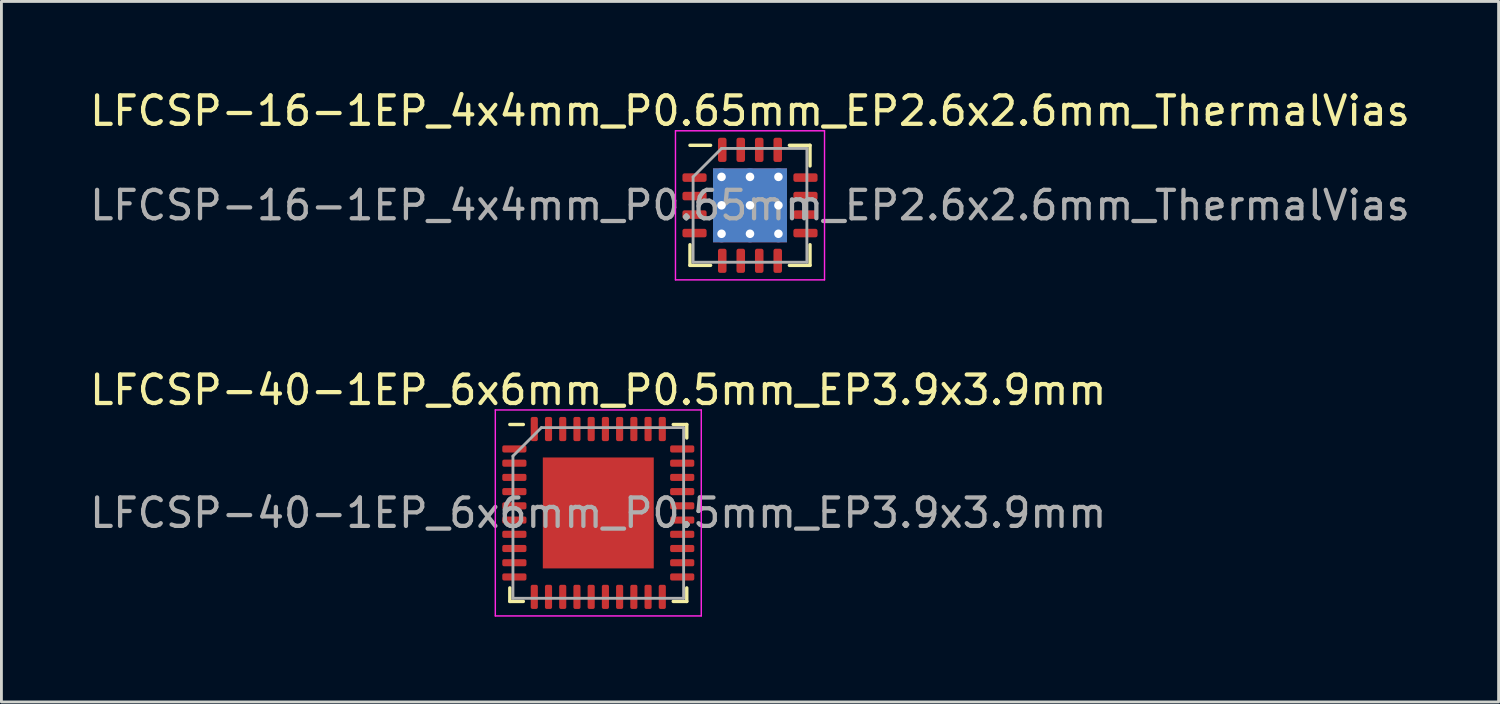
<source format=kicad_pcb>
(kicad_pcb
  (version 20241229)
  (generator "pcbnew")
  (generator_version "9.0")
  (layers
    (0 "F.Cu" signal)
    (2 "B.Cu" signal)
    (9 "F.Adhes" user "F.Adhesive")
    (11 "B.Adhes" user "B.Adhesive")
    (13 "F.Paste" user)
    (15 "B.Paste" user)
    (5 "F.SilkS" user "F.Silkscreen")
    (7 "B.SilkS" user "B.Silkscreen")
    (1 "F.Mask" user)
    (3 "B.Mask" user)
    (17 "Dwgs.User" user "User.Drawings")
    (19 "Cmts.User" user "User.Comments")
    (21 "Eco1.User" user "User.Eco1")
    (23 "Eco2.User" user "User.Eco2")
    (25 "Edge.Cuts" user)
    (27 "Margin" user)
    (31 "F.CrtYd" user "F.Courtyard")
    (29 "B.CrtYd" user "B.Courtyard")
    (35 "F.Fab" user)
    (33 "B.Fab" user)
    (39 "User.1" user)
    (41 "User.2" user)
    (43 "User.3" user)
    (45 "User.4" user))
  (footprint "LFCSP-40-1EP_6x6mm_P0.5mm_EP3.9x3.9mm"
    (layer "F.Cu")
    (at 17.982 14.982)
    (property "Reference" "LFCSP-40-1EP_6x6mm_P0.5mm_EP3.9x3.9mm" (at 0 -4.32 0) (layer "F.SilkS") (effects (font (size 1 1) (thickness 0.15))))
    (attr smd)
    (fp_line (start -3.11 3.11) (end -3.11 2.635) (stroke (width 0.12) (type solid)) (layer "F.SilkS"))
    (fp_line (start -2.635 -3.11) (end -3.11 -3.11) (stroke (width 0.12) (type solid)) (layer "F.SilkS"))
    (fp_line (start -2.635 3.11) (end -3.11 3.11) (stroke (width 0.12) (type solid)) (layer "F.SilkS"))
    (fp_line (start 2.635 -3.11) (end 3.11 -3.11) (stroke (width 0.12) (type solid)) (layer "F.SilkS"))
    (fp_line (start 2.635 3.11) (end 3.11 3.11) (stroke (width 0.12) (type solid)) (layer "F.SilkS"))
    (fp_line (start 3.11 -3.11) (end 3.11 -2.635) (stroke (width 0.12) (type solid)) (layer "F.SilkS"))
    (fp_line (start 3.11 3.11) (end 3.11 2.635) (stroke (width 0.12) (type solid)) (layer "F.SilkS"))
    (fp_line (start -3.62 -3.62) (end -3.62 3.62) (stroke (width 0.05) (type solid)) (layer "F.CrtYd"))
    (fp_line (start -3.62 3.62) (end 3.62 3.62) (stroke (width 0.05) (type solid)) (layer "F.CrtYd"))
    (fp_line (start 3.62 -3.62) (end -3.62 -3.62) (stroke (width 0.05) (type solid)) (layer "F.CrtYd"))
    (fp_line (start 3.62 3.62) (end 3.62 -3.62) (stroke (width 0.05) (type solid)) (layer "F.CrtYd"))
    (fp_line (start -3 -2) (end -2 -3) (stroke (width 0.1) (type solid)) (layer "F.Fab"))
    (fp_line (start -3 3) (end -3 -2) (stroke (width 0.1) (type solid)) (layer "F.Fab"))
    (fp_line (start -2 -3) (end 3 -3) (stroke (width 0.1) (type solid)) (layer "F.Fab"))
    (fp_line (start 3 -3) (end 3 3) (stroke (width 0.1) (type solid)) (layer "F.Fab"))
    (fp_line (start 3 3) (end -3 3) (stroke (width 0.1) (type solid)) (layer "F.Fab"))
    (fp_text user "${REFERENCE}" (at 0 0 0) (layer "F.Fab") (effects (font (size 1 1) (thickness 0.15))))
    (pad "" smd roundrect (at -0.975 -0.975) (size 1.57 1.57) (layers "F.Paste") (roundrect_rratio 0.159))
    (pad "" smd roundrect (at -0.975 0.975) (size 1.57 1.57) (layers "F.Paste") (roundrect_rratio 0.159))
    (pad "" smd roundrect (at 0.975 -0.975) (size 1.57 1.57) (layers "F.Paste") (roundrect_rratio 0.159))
    (pad "" smd roundrect (at 0.975 0.975) (size 1.57 1.57) (layers "F.Paste") (roundrect_rratio 0.159))
    (pad "1" smd roundrect (at -2.95 -2.25) (size 0.85 0.25) (layers "F.Cu" "F.Mask" "F.Paste") (roundrect_rratio 0.25))
    (pad "2" smd roundrect (at -2.95 -1.75) (size 0.85 0.25) (layers "F.Cu" "F.Mask" "F.Paste") (roundrect_rratio 0.25))
    (pad "3" smd roundrect (at -2.95 -1.25) (size 0.85 0.25) (layers "F.Cu" "F.Mask" "F.Paste") (roundrect_rratio 0.25))
    (pad "4" smd roundrect (at -2.95 -0.75) (size 0.85 0.25) (layers "F.Cu" "F.Mask" "F.Paste") (roundrect_rratio 0.25))
    (pad "5" smd roundrect (at -2.95 -0.25) (size 0.85 0.25) (layers "F.Cu" "F.Mask" "F.Paste") (roundrect_rratio 0.25))
    (pad "6" smd roundrect (at -2.95 0.25) (size 0.85 0.25) (layers "F.Cu" "F.Mask" "F.Paste") (roundrect_rratio 0.25))
    (pad "7" smd roundrect (at -2.95 0.75) (size 0.85 0.25) (layers "F.Cu" "F.Mask" "F.Paste") (roundrect_rratio 0.25))
    (pad "8" smd roundrect (at -2.95 1.25) (size 0.85 0.25) (layers "F.Cu" "F.Mask" "F.Paste") (roundrect_rratio 0.25))
    (pad "9" smd roundrect (at -2.95 1.75) (size 0.85 0.25) (layers "F.Cu" "F.Mask" "F.Paste") (roundrect_rratio 0.25))
    (pad "10" smd roundrect (at -2.95 2.25) (size 0.85 0.25) (layers "F.Cu" "F.Mask" "F.Paste") (roundrect_rratio 0.25))
    (pad "11" smd roundrect (at -2.25 2.95) (size 0.25 0.85) (layers "F.Cu" "F.Mask" "F.Paste") (roundrect_rratio 0.25))
    (pad "12" smd roundrect (at -1.75 2.95) (size 0.25 0.85) (layers "F.Cu" "F.Mask" "F.Paste") (roundrect_rratio 0.25))
    (pad "13" smd roundrect (at -1.25 2.95) (size 0.25 0.85) (layers "F.Cu" "F.Mask" "F.Paste") (roundrect_rratio 0.25))
    (pad "14" smd roundrect (at -0.75 2.95) (size 0.25 0.85) (layers "F.Cu" "F.Mask" "F.Paste") (roundrect_rratio 0.25))
    (pad "15" smd roundrect (at -0.25 2.95) (size 0.25 0.85) (layers "F.Cu" "F.Mask" "F.Paste") (roundrect_rratio 0.25))
    (pad "16" smd roundrect (at 0.25 2.95) (size 0.25 0.85) (layers "F.Cu" "F.Mask" "F.Paste") (roundrect_rratio 0.25))
    (pad "17" smd roundrect (at 0.75 2.95) (size 0.25 0.85) (layers "F.Cu" "F.Mask" "F.Paste") (roundrect_rratio 0.25))
    (pad "18" smd roundrect (at 1.25 2.95) (size 0.25 0.85) (layers "F.Cu" "F.Mask" "F.Paste") (roundrect_rratio 0.25))
    (pad "19" smd roundrect (at 1.75 2.95) (size 0.25 0.85) (layers "F.Cu" "F.Mask" "F.Paste") (roundrect_rratio 0.25))
    (pad "20" smd roundrect (at 2.25 2.95) (size 0.25 0.85) (layers "F.Cu" "F.Mask" "F.Paste") (roundrect_rratio 0.25))
    (pad "21" smd roundrect (at 2.95 2.25) (size 0.85 0.25) (layers "F.Cu" "F.Mask" "F.Paste") (roundrect_rratio 0.25))
    (pad "22" smd roundrect (at 2.95 1.75) (size 0.85 0.25) (layers "F.Cu" "F.Mask" "F.Paste") (roundrect_rratio 0.25))
    (pad "23" smd roundrect (at 2.95 1.25) (size 0.85 0.25) (layers "F.Cu" "F.Mask" "F.Paste") (roundrect_rratio 0.25))
    (pad "24" smd roundrect (at 2.95 0.75) (size 0.85 0.25) (layers "F.Cu" "F.Mask" "F.Paste") (roundrect_rratio 0.25))
    (pad "25" smd roundrect (at 2.95 0.25) (size 0.85 0.25) (layers "F.Cu" "F.Mask" "F.Paste") (roundrect_rratio 0.25))
    (pad "26" smd roundrect (at 2.95 -0.25) (size 0.85 0.25) (layers "F.Cu" "F.Mask" "F.Paste") (roundrect_rratio 0.25))
    (pad "27" smd roundrect (at 2.95 -0.75) (size 0.85 0.25) (layers "F.Cu" "F.Mask" "F.Paste") (roundrect_rratio 0.25))
    (pad "28" smd roundrect (at 2.95 -1.25) (size 0.85 0.25) (layers "F.Cu" "F.Mask" "F.Paste") (roundrect_rratio 0.25))
    (pad "29" smd roundrect (at 2.95 -1.75) (size 0.85 0.25) (layers "F.Cu" "F.Mask" "F.Paste") (roundrect_rratio 0.25))
    (pad "30" smd roundrect (at 2.95 -2.25) (size 0.85 0.25) (layers "F.Cu" "F.Mask" "F.Paste") (roundrect_rratio 0.25))
    (pad "31" smd roundrect (at 2.25 -2.95) (size 0.25 0.85) (layers "F.Cu" "F.Mask" "F.Paste") (roundrect_rratio 0.25))
    (pad "32" smd roundrect (at 1.75 -2.95) (size 0.25 0.85) (layers "F.Cu" "F.Mask" "F.Paste") (roundrect_rratio 0.25))
    (pad "33" smd roundrect (at 1.25 -2.95) (size 0.25 0.85) (layers "F.Cu" "F.Mask" "F.Paste") (roundrect_rratio 0.25))
    (pad "34" smd roundrect (at 0.75 -2.95) (size 0.25 0.85) (layers "F.Cu" "F.Mask" "F.Paste") (roundrect_rratio 0.25))
    (pad "35" smd roundrect (at 0.25 -2.95) (size 0.25 0.85) (layers "F.Cu" "F.Mask" "F.Paste") (roundrect_rratio 0.25))
    (pad "36" smd roundrect (at -0.25 -2.95) (size 0.25 0.85) (layers "F.Cu" "F.Mask" "F.Paste") (roundrect_rratio 0.25))
    (pad "37" smd roundrect (at -0.75 -2.95) (size 0.25 0.85) (layers "F.Cu" "F.Mask" "F.Paste") (roundrect_rratio 0.25))
    (pad "38" smd roundrect (at -1.25 -2.95) (size 0.25 0.85) (layers "F.Cu" "F.Mask" "F.Paste") (roundrect_rratio 0.25))
    (pad "39" smd roundrect (at -1.75 -2.95) (size 0.25 0.85) (layers "F.Cu" "F.Mask" "F.Paste") (roundrect_rratio 0.25))
    (pad "40" smd roundrect (at -2.25 -2.95) (size 0.25 0.85) (layers "F.Cu" "F.Mask" "F.Paste") (roundrect_rratio 0.25))
    (pad "41" smd rect (at 0 0) (size 3.9 3.9) (layers "F.Cu" "F.Mask")))
  (footprint "LFCSP-16-1EP_4x4mm_P0.65mm_EP2.6x2.6mm_ThermalVias"
    (layer "F.Cu")
    (at 23.315 4.168)
    (property "Reference" "LFCSP-16-1EP_4x4mm_P0.65mm_EP2.6x2.6mm_ThermalVias" (at 0 -3.32 0) (layer "F.SilkS") (effects (font (size 1 1) (thickness 0.15))))
    (attr smd)
    (fp_line (start -2.11 2.11) (end -2.11 1.385) (stroke (width 0.12) (type solid)) (layer "F.SilkS"))
    (fp_line (start -1.385 -2.11) (end -2.11 -2.11) (stroke (width 0.12) (type solid)) (layer "F.SilkS"))
    (fp_line (start -1.385 2.11) (end -2.11 2.11) (stroke (width 0.12) (type solid)) (layer "F.SilkS"))
    (fp_line (start 1.385 -2.11) (end 2.11 -2.11) (stroke (width 0.12) (type solid)) (layer "F.SilkS"))
    (fp_line (start 1.385 2.11) (end 2.11 2.11) (stroke (width 0.12) (type solid)) (layer "F.SilkS"))
    (fp_line (start 2.11 -2.11) (end 2.11 -1.385) (stroke (width 0.12) (type solid)) (layer "F.SilkS"))
    (fp_line (start 2.11 2.11) (end 2.11 1.385) (stroke (width 0.12) (type solid)) (layer "F.SilkS"))
    (fp_line (start -2.62 -2.62) (end -2.62 2.62) (stroke (width 0.05) (type solid)) (layer "F.CrtYd"))
    (fp_line (start -2.62 2.62) (end 2.62 2.62) (stroke (width 0.05) (type solid)) (layer "F.CrtYd"))
    (fp_line (start 2.62 -2.62) (end -2.62 -2.62) (stroke (width 0.05) (type solid)) (layer "F.CrtYd"))
    (fp_line (start 2.62 2.62) (end 2.62 -2.62) (stroke (width 0.05) (type solid)) (layer "F.CrtYd"))
    (fp_line (start -2 -1) (end -1 -2) (stroke (width 0.1) (type solid)) (layer "F.Fab"))
    (fp_line (start -2 2) (end -2 -1) (stroke (width 0.1) (type solid)) (layer "F.Fab"))
    (fp_line (start -1 -2) (end 2 -2) (stroke (width 0.1) (type solid)) (layer "F.Fab"))
    (fp_line (start 2 -2) (end 2 2) (stroke (width 0.1) (type solid)) (layer "F.Fab"))
    (fp_line (start 2 2) (end -2 2) (stroke (width 0.1) (type solid)) (layer "F.Fab"))
    (fp_text user "${REFERENCE}" (at 0 0 0) (layer "F.Fab") (effects (font (size 1 1) (thickness 0.15))))
    (pad "" smd roundrect (at -0.65 -0.65) (size 1.13 1.13) (layers "F.Paste") (roundrect_rratio 0.221))
    (pad "" smd roundrect (at -0.65 0.65) (size 1.13 1.13) (layers "F.Paste") (roundrect_rratio 0.221))
    (pad "" smd roundrect (at 0.65 -0.65) (size 1.13 1.13) (layers "F.Paste") (roundrect_rratio 0.221))
    (pad "" smd roundrect (at 0.65 0.65) (size 1.13 1.13) (layers "F.Paste") (roundrect_rratio 0.221))
    (pad "1" smd roundrect (at -1.95 -0.975) (size 0.85 0.3) (layers "F.Cu" "F.Mask" "F.Paste") (roundrect_rratio 0.25))
    (pad "2" smd roundrect (at -1.95 -0.325) (size 0.85 0.3) (layers "F.Cu" "F.Mask" "F.Paste") (roundrect_rratio 0.25))
    (pad "3" smd roundrect (at -1.95 0.325) (size 0.85 0.3) (layers "F.Cu" "F.Mask" "F.Paste") (roundrect_rratio 0.25))
    (pad "4" smd roundrect (at -1.95 0.975) (size 0.85 0.3) (layers "F.Cu" "F.Mask" "F.Paste") (roundrect_rratio 0.25))
    (pad "5" smd roundrect (at -0.975 1.95) (size 0.3 0.85) (layers "F.Cu" "F.Mask" "F.Paste") (roundrect_rratio 0.25))
    (pad "6" smd roundrect (at -0.325 1.95) (size 0.3 0.85) (layers "F.Cu" "F.Mask" "F.Paste") (roundrect_rratio 0.25))
    (pad "7" smd roundrect (at 0.325 1.95) (size 0.3 0.85) (layers "F.Cu" "F.Mask" "F.Paste") (roundrect_rratio 0.25))
    (pad "8" smd roundrect (at 0.975 1.95) (size 0.3 0.85) (layers "F.Cu" "F.Mask" "F.Paste") (roundrect_rratio 0.25))
    (pad "9" smd roundrect (at 1.95 0.975) (size 0.85 0.3) (layers "F.Cu" "F.Mask" "F.Paste") (roundrect_rratio 0.25))
    (pad "10" smd roundrect (at 1.95 0.325) (size 0.85 0.3) (layers "F.Cu" "F.Mask" "F.Paste") (roundrect_rratio 0.25))
    (pad "11" smd roundrect (at 1.95 -0.325) (size 0.85 0.3) (layers "F.Cu" "F.Mask" "F.Paste") (roundrect_rratio 0.25))
    (pad "12" smd roundrect (at 1.95 -0.975) (size 0.85 0.3) (layers "F.Cu" "F.Mask" "F.Paste") (roundrect_rratio 0.25))
    (pad "13" smd roundrect (at 0.975 -1.95) (size 0.3 0.85) (layers "F.Cu" "F.Mask" "F.Paste") (roundrect_rratio 0.25))
    (pad "14" smd roundrect (at 0.325 -1.95) (size 0.3 0.85) (layers "F.Cu" "F.Mask" "F.Paste") (roundrect_rratio 0.25))
    (pad "15" smd roundrect (at -0.325 -1.95) (size 0.3 0.85) (layers "F.Cu" "F.Mask" "F.Paste") (roundrect_rratio 0.25))
    (pad "16" smd roundrect (at -0.975 -1.95) (size 0.3 0.85) (layers "F.Cu" "F.Mask" "F.Paste") (roundrect_rratio 0.25))
    (pad "17" thru_hole circle (at -1 -1) (size 0.6 0.6) (drill 0.3) (layers "*.Cu"))
    (pad "17" thru_hole circle (at -1 0) (size 0.6 0.6) (drill 0.3) (layers "*.Cu"))
    (pad "17" thru_hole circle (at -1 1) (size 0.6 0.6) (drill 0.3) (layers "*.Cu"))
    (pad "17" thru_hole circle (at 0 -1) (size 0.6 0.6) (drill 0.3) (layers "*.Cu"))
    (pad "17" thru_hole circle (at 0 0) (size 0.6 0.6) (drill 0.3) (layers "*.Cu"))
    (pad "17" smd rect (at 0 0) (size 2.6 2.6) (layers "F.Cu" "F.Mask"))
    (pad "17" smd rect (at 0 0) (size 2.6 2.6) (layers "B.Cu"))
    (pad "17" thru_hole circle (at 0 1) (size 0.6 0.6) (drill 0.3) (layers "*.Cu"))
    (pad "17" thru_hole circle (at 1 -1) (size 0.6 0.6) (drill 0.3) (layers "*.Cu"))
    (pad "17" thru_hole circle (at 1 0) (size 0.6 0.6) (drill 0.3) (layers "*.Cu"))
    (pad "17" thru_hole circle (at 1 1) (size 0.6 0.6) (drill 0.3) (layers "*.Cu")))
  (gr_rect
    (start -3 -3)
    (end 49.631 21.627)
    (stroke (width 0.1) (type default))
    (fill no)
    (layer "Edge.Cuts")))
</source>
